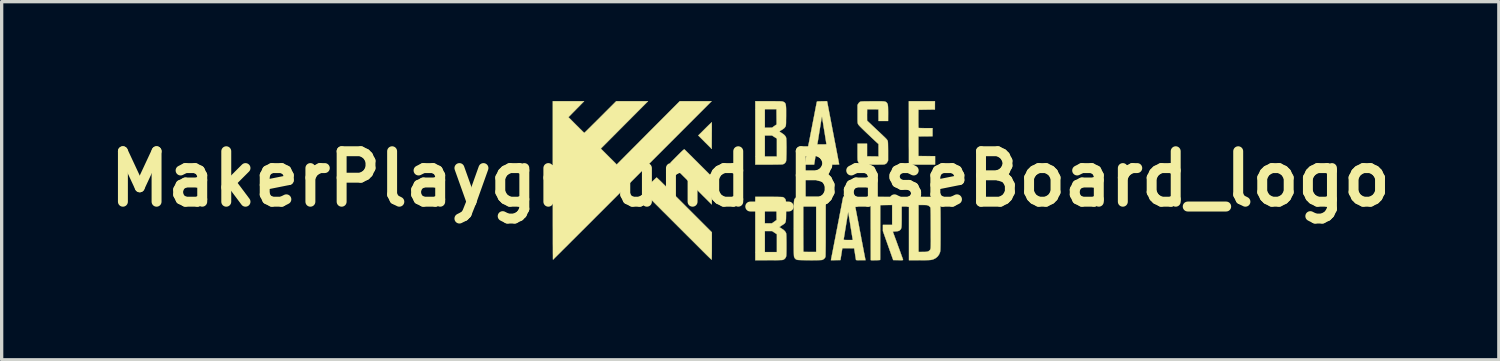
<source format=kicad_pcb>
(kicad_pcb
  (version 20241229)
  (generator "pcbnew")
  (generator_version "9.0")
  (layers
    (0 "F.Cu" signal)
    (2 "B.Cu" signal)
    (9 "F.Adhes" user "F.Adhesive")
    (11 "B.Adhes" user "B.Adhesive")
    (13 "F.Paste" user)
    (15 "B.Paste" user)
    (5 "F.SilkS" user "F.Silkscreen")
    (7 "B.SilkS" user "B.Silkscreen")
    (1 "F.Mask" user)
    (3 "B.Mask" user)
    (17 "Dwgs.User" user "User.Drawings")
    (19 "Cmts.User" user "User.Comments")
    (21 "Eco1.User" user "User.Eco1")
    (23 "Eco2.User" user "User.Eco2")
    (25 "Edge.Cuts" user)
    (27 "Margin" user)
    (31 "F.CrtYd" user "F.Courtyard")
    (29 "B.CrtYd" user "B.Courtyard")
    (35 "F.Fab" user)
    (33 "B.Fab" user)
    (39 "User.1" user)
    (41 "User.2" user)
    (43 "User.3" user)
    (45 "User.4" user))
  (footprint "MakerPlayground_BaseBoard_logo"
    (layer "F.Cu")
    (at 19.602 2.351)
    (property "Reference" "MakerPlayground_BaseBoard_logo" (at 0 0 0) (layer "F.SilkS") (effects (font (size 1.524 1.524) (thickness 0.3))))
    (attr through_hole)
    (fp_poly (pts (xy -1.163 -1.699) (xy -1.162 -1.675) (xy -1.162 -1.637) (xy -1.161 -1.587) (xy -1.161 -1.527) (xy -1.161 -1.459) (xy -1.162 -1.383) (xy -1.162 -1.305) (xy -1.164 -0.906) (xy -1.367 -1.108) (xy -1.569 -1.311) (xy -1.368 -1.511) (xy -1.32 -1.559) (xy -1.276 -1.602) (xy -1.237 -1.64) (xy -1.205 -1.67) (xy -1.181 -1.693) (xy -1.167 -1.706) (xy -1.163 -1.708) (xy -1.163 -1.699)) (stroke (width 0.01) (type solid)) (fill yes) (layer "F.SilkS"))
    (fp_poly (pts (xy 5.575 -2.22) (xy 5.575 -2.095) (xy 5.325 -2.091) (xy 5.076 -2.087) (xy 5.075 -1.82) (xy 5.075 -1.754) (xy 5.075 -1.694) (xy 5.076 -1.641) (xy 5.076 -1.597) (xy 5.077 -1.565) (xy 5.078 -1.546) (xy 5.078 -1.543) (xy 5.084 -1.54) (xy 5.098 -1.537) (xy 5.122 -1.535) (xy 5.158 -1.534) (xy 5.208 -1.533) (xy 5.273 -1.532) (xy 5.293 -1.532) (xy 5.503 -1.532) (xy 5.503 -1.287) (xy 5.076 -1.283) (xy 5.076 -0.69) (xy 5.328 -0.688) (xy 5.58 -0.686) (xy 5.58 -0.432) (xy 5.186 -0.432) (xy 5.106 -0.432) (xy 5.031 -0.432) (xy 4.964 -0.432) (xy 4.905 -0.432) (xy 4.857 -0.433) (xy 4.821 -0.433) (xy 4.798 -0.434) (xy 4.791 -0.434) (xy 4.791 -0.442) (xy 4.791 -0.467) (xy 4.791 -0.506) (xy 4.79 -0.559) (xy 4.79 -0.625) (xy 4.79 -0.702) (xy 4.79 -0.79) (xy 4.79 -0.887) (xy 4.789 -0.992) (xy 4.789 -1.105) (xy 4.789 -1.224) (xy 4.789 -1.348) (xy 4.789 -1.391) (xy 4.788 -2.345) (xy 5.576 -2.345) (xy 5.575 -2.22)) (stroke (width 0.01) (type solid)) (fill yes) (layer "F.SilkS"))
    (fp_poly (pts (xy -1.985 -0.889) (xy -1.985 -0.888) (xy -1.976 -0.88) (xy -1.957 -0.862) (xy -1.928 -0.833) (xy -1.89 -0.795) (xy -1.844 -0.749) (xy -1.791 -0.697) (xy -1.732 -0.638) (xy -1.669 -0.575) (xy -1.601 -0.508) (xy -1.565 -0.471) (xy -1.16 -0.067) (xy -1.16 0.352) (xy -1.16 0.434) (xy -1.16 0.511) (xy -1.161 0.581) (xy -1.161 0.643) (xy -1.161 0.694) (xy -1.162 0.733) (xy -1.163 0.759) (xy -1.163 0.77) (xy -1.163 0.77) (xy -1.17 0.765) (xy -1.187 0.748) (xy -1.215 0.72) (xy -1.253 0.683) (xy -1.299 0.637) (xy -1.353 0.583) (xy -1.415 0.522) (xy -1.483 0.454) (xy -1.556 0.381) (xy -1.635 0.302) (xy -1.717 0.22) (xy -1.79 0.147) (xy -1.875 0.062) (xy -1.957 -0.02) (xy -2.035 -0.098) (xy -2.107 -0.171) (xy -2.174 -0.238) (xy -2.234 -0.299) (xy -2.287 -0.352) (xy -2.332 -0.397) (xy -2.367 -0.434) (xy -2.393 -0.46) (xy -2.409 -0.476) (xy -2.413 -0.481) (xy -2.407 -0.488) (xy -2.391 -0.506) (xy -2.365 -0.533) (xy -2.332 -0.567) (xy -2.291 -0.608) (xy -2.246 -0.654) (xy -2.206 -0.694) (xy -2.151 -0.749) (xy -2.106 -0.794) (xy -2.07 -0.828) (xy -2.043 -0.854) (xy -2.022 -0.872) (xy -2.008 -0.883) (xy -1.997 -0.889) (xy -1.99 -0.891) (xy -1.985 -0.889)) (stroke (width 0.01) (type solid)) (fill yes) (layer "F.SilkS"))
    (fp_poly (pts (xy -2.819 -0.036) (xy -2.8 -0.019) (xy -2.771 0.009) (xy -2.732 0.046) (xy -2.684 0.093) (xy -2.628 0.149) (xy -2.563 0.212) (xy -2.492 0.283) (xy -2.414 0.36) (xy -2.33 0.443) (xy -2.242 0.532) (xy -2.149 0.624) (xy -2.052 0.721) (xy -1.988 0.785) (xy -1.16 1.613) (xy -1.16 2.026) (xy -1.16 2.107) (xy -1.16 2.184) (xy -1.161 2.253) (xy -1.162 2.314) (xy -1.163 2.364) (xy -1.164 2.403) (xy -1.165 2.428) (xy -1.166 2.438) (xy -1.166 2.438) (xy -1.175 2.432) (xy -1.192 2.417) (xy -1.215 2.396) (xy -1.223 2.388) (xy -1.245 2.367) (xy -1.277 2.336) (xy -1.319 2.295) (xy -1.369 2.245) (xy -1.427 2.188) (xy -1.492 2.123) (xy -1.563 2.052) (xy -1.64 1.975) (xy -1.722 1.893) (xy -1.808 1.807) (xy -1.898 1.718) (xy -1.99 1.626) (xy -2.084 1.532) (xy -2.179 1.437) (xy -2.275 1.341) (xy -2.37 1.246) (xy -2.464 1.152) (xy -2.556 1.06) (xy -2.646 0.971) (xy -2.732 0.884) (xy -2.814 0.802) (xy -2.891 0.725) (xy -2.963 0.653) (xy -3.028 0.588) (xy -3.086 0.53) (xy -3.136 0.479) (xy -3.177 0.438) (xy -3.209 0.405) (xy -3.231 0.383) (xy -3.242 0.372) (xy -3.243 0.37) (xy -3.237 0.362) (xy -3.221 0.344) (xy -3.195 0.318) (xy -3.163 0.285) (xy -3.126 0.247) (xy -3.084 0.205) (xy -3.041 0.162) (xy -2.998 0.12) (xy -2.956 0.078) (xy -2.917 0.041) (xy -2.882 0.008) (xy -2.855 -0.018) (xy -2.835 -0.035) (xy -2.826 -0.042) (xy -2.826 -0.042) (xy -2.819 -0.036)) (stroke (width 0.01) (type solid)) (fill yes) (layer "F.SilkS"))
    (fp_poly (pts (xy 0.552 0.542) (xy 0.644 0.542) (xy 0.728 0.543) (xy 0.802 0.543) (xy 0.866 0.545) (xy 0.917 0.546) (xy 0.955 0.548) (xy 0.978 0.549) (xy 0.983 0.55) (xy 1.009 0.562) (xy 1.034 0.581) (xy 1.036 0.583) (xy 1.048 0.597) (xy 1.058 0.611) (xy 1.066 0.628) (xy 1.072 0.65) (xy 1.076 0.677) (xy 1.079 0.713) (xy 1.081 0.758) (xy 1.082 0.814) (xy 1.082 0.884) (xy 1.082 0.969) (xy 1.082 0.982) (xy 1.081 1.066) (xy 1.08 1.136) (xy 1.079 1.192) (xy 1.076 1.237) (xy 1.072 1.272) (xy 1.065 1.3) (xy 1.055 1.322) (xy 1.042 1.34) (xy 1.025 1.356) (xy 1.003 1.371) (xy 0.977 1.389) (xy 0.96 1.399) (xy 0.929 1.42) (xy 0.903 1.438) (xy 0.886 1.45) (xy 0.881 1.455) (xy 0.888 1.462) (xy 0.906 1.474) (xy 0.932 1.491) (xy 0.945 1.499) (xy 1.001 1.537) (xy 1.044 1.577) (xy 1.072 1.617) (xy 1.082 1.639) (xy 1.084 1.657) (xy 1.087 1.689) (xy 1.089 1.733) (xy 1.09 1.787) (xy 1.091 1.848) (xy 1.092 1.915) (xy 1.092 1.984) (xy 1.092 2.053) (xy 1.092 2.12) (xy 1.091 2.183) (xy 1.09 2.239) (xy 1.088 2.285) (xy 1.086 2.32) (xy 1.083 2.341) (xy 1.083 2.342) (xy 1.064 2.384) (xy 1.033 2.419) (xy 0.993 2.442) (xy 0.986 2.445) (xy 0.972 2.447) (xy 0.945 2.45) (xy 0.906 2.451) (xy 0.853 2.453) (xy 0.787 2.454) (xy 0.705 2.455) (xy 0.608 2.455) (xy 0.553 2.455) (xy 0.152 2.456) (xy 0.152 1.575) (xy 0.44 1.575) (xy 0.44 2.21) (xy 0.804 2.21) (xy 0.804 1.67) (xy 0.732 1.623) (xy 0.661 1.575) (xy 0.44 1.575) (xy 0.152 1.575) (xy 0.152 1.342) (xy 0.44 1.342) (xy 0.548 1.342) (xy 0.656 1.341) (xy 0.726 1.291) (xy 0.796 1.241) (xy 0.792 0.783) (xy 0.616 0.783) (xy 0.44 0.783) (xy 0.44 1.342) (xy 0.152 1.342) (xy 0.152 0.542) (xy 0.552 0.542)) (stroke (width 0.01) (type solid)) (fill yes) (layer "F.SilkS"))
    (fp_poly (pts (xy 0.557 -2.345) (xy 0.651 -2.345) (xy 0.729 -2.345) (xy 0.794 -2.344) (xy 0.846 -2.344) (xy 0.887 -2.343) (xy 0.919 -2.342) (xy 0.944 -2.34) (xy 0.962 -2.338) (xy 0.976 -2.336) (xy 0.986 -2.333) (xy 0.995 -2.329) (xy 1.016 -2.319) (xy 1.034 -2.307) (xy 1.048 -2.294) (xy 1.059 -2.276) (xy 1.068 -2.253) (xy 1.074 -2.222) (xy 1.078 -2.182) (xy 1.081 -2.132) (xy 1.082 -2.07) (xy 1.082 -1.994) (xy 1.082 -1.905) (xy 1.081 -1.827) (xy 1.08 -1.764) (xy 1.08 -1.714) (xy 1.079 -1.675) (xy 1.077 -1.646) (xy 1.075 -1.625) (xy 1.073 -1.609) (xy 1.069 -1.597) (xy 1.065 -1.586) (xy 1.06 -1.577) (xy 1.041 -1.548) (xy 1.011 -1.52) (xy 0.97 -1.491) (xy 0.925 -1.464) (xy 0.902 -1.449) (xy 0.886 -1.438) (xy 0.881 -1.432) (xy 0.887 -1.426) (xy 0.906 -1.413) (xy 0.932 -1.395) (xy 0.949 -1.384) (xy 1.004 -1.347) (xy 1.044 -1.31) (xy 1.07 -1.273) (xy 1.083 -1.24) (xy 1.086 -1.219) (xy 1.088 -1.185) (xy 1.09 -1.139) (xy 1.091 -1.083) (xy 1.092 -1.02) (xy 1.093 -0.953) (xy 1.092 -0.883) (xy 1.092 -0.814) (xy 1.091 -0.747) (xy 1.089 -0.684) (xy 1.088 -0.629) (xy 1.085 -0.584) (xy 1.083 -0.55) (xy 1.08 -0.531) (xy 1.079 -0.529) (xy 1.057 -0.489) (xy 1.023 -0.458) (xy 0.985 -0.441) (xy 0.968 -0.439) (xy 0.934 -0.437) (xy 0.885 -0.435) (xy 0.821 -0.434) (xy 0.743 -0.433) (xy 0.652 -0.432) (xy 0.552 -0.432) (xy 0.152 -0.432) (xy 0.152 -1.312) (xy 0.44 -1.312) (xy 0.44 -0.677) (xy 0.804 -0.677) (xy 0.804 -1.217) (xy 0.729 -1.265) (xy 0.654 -1.312) (xy 0.44 -1.312) (xy 0.152 -1.312) (xy 0.152 -1.545) (xy 0.44 -1.545) (xy 0.548 -1.545) (xy 0.657 -1.546) (xy 0.726 -1.595) (xy 0.796 -1.644) (xy 0.794 -1.874) (xy 0.792 -2.104) (xy 0.616 -2.104) (xy 0.44 -2.104) (xy 0.44 -1.545) (xy 0.152 -1.545) (xy 0.152 -2.345) (xy 0.557 -2.345)) (stroke (width 0.01) (type solid)) (fill yes) (layer "F.SilkS"))
    (fp_poly (pts (xy -3.088 -2.345) (xy -3.8 -1.63) (xy -4.513 -0.914) (xy -4.388 -0.789) (xy -4.34 -0.741) (xy -4.286 -0.687) (xy -4.231 -0.632) (xy -4.179 -0.581) (xy -4.147 -0.549) (xy -4.032 -0.433) (xy -3.753 -0.714) (xy -3.708 -0.759) (xy -3.652 -0.815) (xy -3.587 -0.881) (xy -3.513 -0.955) (xy -3.433 -1.035) (xy -3.347 -1.122) (xy -3.256 -1.213) (xy -3.162 -1.308) (xy -3.066 -1.405) (xy -2.969 -1.502) (xy -2.872 -1.599) (xy -2.801 -1.67) (xy -2.129 -2.345) (xy -1.168 -2.345) (xy -3.559 0.047) (xy -3.728 0.215) (xy -3.894 0.381) (xy -4.056 0.543) (xy -4.214 0.701) (xy -4.368 0.855) (xy -4.517 1.004) (xy -4.662 1.148) (xy -4.8 1.287) (xy -4.933 1.42) (xy -5.06 1.546) (xy -5.18 1.666) (xy -5.293 1.779) (xy -5.399 1.884) (xy -5.496 1.982) (xy -5.586 2.071) (xy -5.667 2.151) (xy -5.738 2.223) (xy -5.801 2.285) (xy -5.853 2.337) (xy -5.895 2.378) (xy -5.926 2.41) (xy -5.947 2.43) (xy -5.956 2.438) (xy -5.956 2.438) (xy -5.956 2.43) (xy -5.957 2.405) (xy -5.957 2.365) (xy -5.957 2.31) (xy -5.958 2.241) (xy -5.958 2.158) (xy -5.958 2.062) (xy -5.959 1.954) (xy -5.959 1.835) (xy -5.959 1.704) (xy -5.959 1.564) (xy -5.96 1.413) (xy -5.96 1.254) (xy -5.96 1.087) (xy -5.96 0.913) (xy -5.96 0.731) (xy -5.96 0.544) (xy -5.96 0.351) (xy -5.961 0.153) (xy -5.961 0.047) (xy -5.961 -2.345) (xy -5.017 -2.345) (xy -5.127 -2.233) (xy -5.169 -2.189) (xy -5.22 -2.138) (xy -5.273 -2.084) (xy -5.325 -2.031) (xy -5.364 -1.992) (xy -5.49 -1.863) (xy -5.254 -1.626) (xy -5.201 -1.574) (xy -5.153 -1.525) (xy -5.109 -1.483) (xy -5.072 -1.446) (xy -5.043 -1.418) (xy -5.022 -1.398) (xy -5.011 -1.389) (xy -5.01 -1.389) (xy -5.004 -1.394) (xy -4.986 -1.411) (xy -4.958 -1.438) (xy -4.92 -1.475) (xy -4.875 -1.52) (xy -4.822 -1.572) (xy -4.763 -1.631) (xy -4.697 -1.696) (xy -4.628 -1.765) (xy -4.554 -1.838) (xy -4.526 -1.867) (xy -4.047 -2.345) (xy -3.568 -2.345) (xy -3.088 -2.345)) (stroke (width 0.01) (type solid)) (fill yes) (layer "F.SilkS"))
    (fp_poly (pts (xy 5.141 0.544) (xy 5.491 0.546) (xy 5.547 0.573) (xy 5.582 0.592) (xy 5.617 0.615) (xy 5.641 0.634) (xy 5.676 0.674) (xy 5.706 0.725) (xy 5.728 0.78) (xy 5.738 0.821) (xy 5.739 0.837) (xy 5.74 0.869) (xy 5.741 0.914) (xy 5.742 0.972) (xy 5.743 1.041) (xy 5.743 1.121) (xy 5.744 1.208) (xy 5.744 1.303) (xy 5.744 1.403) (xy 5.744 1.507) (xy 5.744 1.516) (xy 5.744 1.637) (xy 5.744 1.742) (xy 5.744 1.833) (xy 5.743 1.911) (xy 5.743 1.976) (xy 5.742 2.031) (xy 5.741 2.075) (xy 5.74 2.112) (xy 5.739 2.141) (xy 5.737 2.163) (xy 5.735 2.181) (xy 5.733 2.195) (xy 5.731 2.207) (xy 5.729 2.214) (xy 5.7 2.282) (xy 5.659 2.34) (xy 5.605 2.387) (xy 5.541 2.422) (xy 5.494 2.438) (xy 5.476 2.442) (xy 5.457 2.446) (xy 5.436 2.448) (xy 5.409 2.45) (xy 5.376 2.452) (xy 5.334 2.453) (xy 5.282 2.454) (xy 5.217 2.454) (xy 5.138 2.455) (xy 5.112 2.455) (xy 4.792 2.456) (xy 4.792 0.787) (xy 5.08 0.787) (xy 5.08 2.206) (xy 5.21 2.205) (xy 5.261 2.205) (xy 5.299 2.203) (xy 5.326 2.201) (xy 5.347 2.197) (xy 5.364 2.192) (xy 5.379 2.185) (xy 5.409 2.166) (xy 5.43 2.141) (xy 5.435 2.13) (xy 5.439 2.123) (xy 5.442 2.115) (xy 5.444 2.106) (xy 5.446 2.094) (xy 5.448 2.078) (xy 5.449 2.056) (xy 5.45 2.028) (xy 5.451 1.992) (xy 5.451 1.948) (xy 5.452 1.893) (xy 5.452 1.826) (xy 5.451 1.747) (xy 5.451 1.655) (xy 5.451 1.547) (xy 5.451 1.484) (xy 5.45 1.367) (xy 5.45 1.267) (xy 5.449 1.181) (xy 5.449 1.108) (xy 5.448 1.047) (xy 5.447 0.998) (xy 5.447 0.958) (xy 5.445 0.927) (xy 5.444 0.903) (xy 5.443 0.885) (xy 5.441 0.872) (xy 5.438 0.863) (xy 5.436 0.857) (xy 5.432 0.852) (xy 5.431 0.849) (xy 5.412 0.831) (xy 5.387 0.812) (xy 5.376 0.806) (xy 5.36 0.799) (xy 5.344 0.794) (xy 5.324 0.79) (xy 5.298 0.789) (xy 5.261 0.788) (xy 5.211 0.787) (xy 5.08 0.787) (xy 4.792 0.787) (xy 4.792 0.541) (xy 5.141 0.544)) (stroke (width 0.01) (type solid)) (fill yes) (layer "F.SilkS"))
    (fp_poly (pts (xy 4.057 0.544) (xy 4.477 0.546) (xy 4.51 0.572) (xy 4.523 0.583) (xy 4.535 0.595) (xy 4.544 0.607) (xy 4.552 0.623) (xy 4.558 0.643) (xy 4.562 0.668) (xy 4.566 0.702) (xy 4.568 0.744) (xy 4.57 0.797) (xy 4.571 0.861) (xy 4.571 0.939) (xy 4.571 1.032) (xy 4.571 1.067) (xy 4.571 1.163) (xy 4.571 1.244) (xy 4.57 1.312) (xy 4.569 1.366) (xy 4.567 1.411) (xy 4.565 1.445) (xy 4.561 1.472) (xy 4.556 1.493) (xy 4.55 1.509) (xy 4.542 1.522) (xy 4.532 1.533) (xy 4.521 1.544) (xy 4.518 1.547) (xy 4.502 1.56) (xy 4.484 1.569) (xy 4.46 1.576) (xy 4.427 1.581) (xy 4.383 1.585) (xy 4.356 1.587) (xy 4.33 1.589) (xy 4.312 1.591) (xy 4.307 1.591) (xy 4.305 1.598) (xy 4.308 1.607) (xy 4.312 1.617) (xy 4.322 1.641) (xy 4.335 1.678) (xy 4.353 1.725) (xy 4.373 1.781) (xy 4.396 1.843) (xy 4.421 1.91) (xy 4.446 1.98) (xy 4.472 2.052) (xy 4.498 2.122) (xy 4.523 2.19) (xy 4.546 2.254) (xy 4.566 2.311) (xy 4.584 2.36) (xy 4.598 2.399) (xy 4.608 2.426) (xy 4.612 2.44) (xy 4.612 2.441) (xy 4.613 2.446) (xy 4.609 2.45) (xy 4.6 2.452) (xy 4.581 2.454) (xy 4.552 2.454) (xy 4.511 2.454) (xy 4.466 2.453) (xy 4.316 2.451) (xy 4.16 2.012) (xy 4.005 1.574) (xy 4.005 1.389) (xy 4.284 1.389) (xy 4.284 0.787) (xy 4.104 0.789) (xy 3.924 0.792) (xy 3.923 1.615) (xy 3.923 1.732) (xy 3.923 1.844) (xy 3.923 1.95) (xy 3.923 2.049) (xy 3.922 2.139) (xy 3.922 2.221) (xy 3.922 2.291) (xy 3.922 2.35) (xy 3.922 2.396) (xy 3.921 2.428) (xy 3.921 2.445) (xy 3.921 2.447) (xy 3.913 2.449) (xy 3.891 2.451) (xy 3.859 2.453) (xy 3.821 2.454) (xy 3.779 2.455) (xy 3.737 2.456) (xy 3.699 2.456) (xy 3.668 2.456) (xy 3.647 2.455) (xy 3.64 2.453) (xy 3.639 2.445) (xy 3.639 2.42) (xy 3.639 2.381) (xy 3.639 2.328) (xy 3.639 2.262) (xy 3.639 2.185) (xy 3.638 2.098) (xy 3.638 2) (xy 3.638 1.895) (xy 3.638 1.782) (xy 3.638 1.663) (xy 3.638 1.539) (xy 3.637 1.496) (xy 3.636 0.541) (xy 4.057 0.544)) (stroke (width 0.01) (type solid)) (fill yes) (layer "F.SilkS"))
    (fp_poly (pts (xy 1.885 0.542) (xy 1.959 0.542) (xy 2.018 0.542) (xy 2.065 0.543) (xy 2.102 0.544) (xy 2.131 0.545) (xy 2.152 0.546) (xy 2.168 0.549) (xy 2.18 0.552) (xy 2.189 0.555) (xy 2.198 0.559) (xy 2.201 0.561) (xy 2.235 0.585) (xy 2.258 0.617) (xy 2.278 0.655) (xy 2.277 1.489) (xy 2.277 1.644) (xy 2.277 1.784) (xy 2.277 1.909) (xy 2.276 2.02) (xy 2.275 2.115) (xy 2.274 2.195) (xy 2.273 2.26) (xy 2.272 2.308) (xy 2.27 2.34) (xy 2.269 2.355) (xy 2.269 2.355) (xy 2.252 2.388) (xy 2.223 2.417) (xy 2.188 2.44) (xy 2.168 2.447) (xy 2.15 2.449) (xy 2.117 2.451) (xy 2.072 2.453) (xy 2.017 2.454) (xy 1.954 2.455) (xy 1.887 2.456) (xy 1.816 2.456) (xy 1.744 2.455) (xy 1.674 2.454) (xy 1.607 2.453) (xy 1.547 2.452) (xy 1.495 2.45) (xy 1.453 2.448) (xy 1.424 2.445) (xy 1.411 2.443) (xy 1.37 2.422) (xy 1.341 2.39) (xy 1.326 2.356) (xy 1.323 2.348) (xy 1.321 2.337) (xy 1.32 2.321) (xy 1.318 2.301) (xy 1.317 2.275) (xy 1.316 2.241) (xy 1.315 2.199) (xy 1.314 2.149) (xy 1.314 2.088) (xy 1.313 2.015) (xy 1.313 1.931) (xy 1.313 1.834) (xy 1.313 1.722) (xy 1.313 1.595) (xy 1.313 1.495) (xy 1.313 1.356) (xy 1.313 1.232) (xy 1.313 1.123) (xy 1.313 1.028) (xy 1.314 0.946) (xy 1.314 0.876) (xy 1.315 0.816) (xy 1.316 0.787) (xy 1.6 0.787) (xy 1.6 1.493) (xy 1.6 1.601) (xy 1.6 1.704) (xy 1.601 1.8) (xy 1.601 1.889) (xy 1.601 1.97) (xy 1.602 2.041) (xy 1.602 2.1) (xy 1.602 2.147) (xy 1.603 2.18) (xy 1.603 2.199) (xy 1.604 2.202) (xy 1.613 2.203) (xy 1.637 2.204) (xy 1.672 2.205) (xy 1.717 2.205) (xy 1.77 2.206) (xy 1.799 2.206) (xy 1.99 2.206) (xy 1.99 0.787) (xy 1.6 0.787) (xy 1.316 0.787) (xy 1.317 0.767) (xy 1.318 0.726) (xy 1.32 0.693) (xy 1.323 0.667) (xy 1.326 0.646) (xy 1.329 0.63) (xy 1.333 0.618) (xy 1.338 0.608) (xy 1.344 0.601) (xy 1.35 0.593) (xy 1.356 0.587) (xy 1.366 0.576) (xy 1.376 0.568) (xy 1.387 0.561) (xy 1.402 0.555) (xy 1.422 0.551) (xy 1.447 0.547) (xy 1.481 0.545) (xy 1.524 0.543) (xy 1.579 0.543) (xy 1.646 0.542) (xy 1.727 0.542) (xy 1.797 0.542) (xy 1.885 0.542)) (stroke (width 0.01) (type solid)) (fill yes) (layer "F.SilkS"))
    (fp_poly (pts (xy 3.92 -2.344) (xy 3.972 -2.343) (xy 4.012 -2.341) (xy 4.044 -2.338) (xy 4.068 -2.333) (xy 4.086 -2.327) (xy 4.1 -2.319) (xy 4.112 -2.31) (xy 4.122 -2.298) (xy 4.127 -2.291) (xy 4.137 -2.277) (xy 4.145 -2.261) (xy 4.151 -2.242) (xy 4.155 -2.217) (xy 4.158 -2.184) (xy 4.16 -2.142) (xy 4.161 -2.088) (xy 4.162 -2.02) (xy 4.162 -1.973) (xy 4.161 -1.748) (xy 3.873 -1.748) (xy 3.872 -1.92) (xy 3.872 -1.972) (xy 3.872 -2.019) (xy 3.871 -2.057) (xy 3.871 -2.084) (xy 3.87 -2.097) (xy 3.87 -2.098) (xy 3.862 -2.099) (xy 3.84 -2.1) (xy 3.807 -2.101) (xy 3.767 -2.102) (xy 3.722 -2.103) (xy 3.675 -2.103) (xy 3.631 -2.103) (xy 3.591 -2.103) (xy 3.558 -2.102) (xy 3.537 -2.102) (xy 3.53 -2.101) (xy 3.529 -2.092) (xy 3.528 -2.07) (xy 3.527 -2.035) (xy 3.527 -1.991) (xy 3.526 -1.941) (xy 3.526 -1.93) (xy 3.527 -1.759) (xy 3.586 -1.703) (xy 3.611 -1.68) (xy 3.645 -1.648) (xy 3.685 -1.609) (xy 3.729 -1.568) (xy 3.773 -1.526) (xy 3.78 -1.52) (xy 3.848 -1.456) (xy 3.904 -1.404) (xy 3.95 -1.36) (xy 3.988 -1.325) (xy 4.017 -1.296) (xy 4.041 -1.274) (xy 4.059 -1.256) (xy 4.074 -1.242) (xy 4.085 -1.23) (xy 4.095 -1.22) (xy 4.104 -1.211) (xy 4.126 -1.186) (xy 4.143 -1.159) (xy 4.15 -1.144) (xy 4.153 -1.128) (xy 4.156 -1.099) (xy 4.158 -1.058) (xy 4.159 -1.003) (xy 4.16 -0.933) (xy 4.161 -0.847) (xy 4.161 -0.834) (xy 4.161 -0.555) (xy 4.14 -0.513) (xy 4.12 -0.48) (xy 4.094 -0.458) (xy 4.082 -0.451) (xy 4.073 -0.447) (xy 4.063 -0.443) (xy 4.052 -0.44) (xy 4.037 -0.437) (xy 4.017 -0.435) (xy 3.991 -0.434) (xy 3.956 -0.433) (xy 3.91 -0.433) (xy 3.853 -0.432) (xy 3.782 -0.432) (xy 3.7 -0.432) (xy 3.614 -0.432) (xy 3.544 -0.432) (xy 3.487 -0.433) (xy 3.443 -0.433) (xy 3.408 -0.434) (xy 3.382 -0.435) (xy 3.362 -0.437) (xy 3.347 -0.44) (xy 3.336 -0.443) (xy 3.327 -0.447) (xy 3.318 -0.451) (xy 3.289 -0.471) (xy 3.267 -0.499) (xy 3.26 -0.512) (xy 3.254 -0.524) (xy 3.249 -0.536) (xy 3.246 -0.549) (xy 3.243 -0.566) (xy 3.241 -0.588) (xy 3.24 -0.618) (xy 3.239 -0.658) (xy 3.239 -0.709) (xy 3.239 -0.775) (xy 3.239 -0.808) (xy 3.239 -1.063) (xy 3.526 -1.063) (xy 3.526 -0.682) (xy 3.7 -0.679) (xy 3.874 -0.677) (xy 3.873 -0.864) (xy 3.873 -1.052) (xy 3.834 -1.087) (xy 3.819 -1.1) (xy 3.794 -1.124) (xy 3.759 -1.156) (xy 3.717 -1.196) (xy 3.668 -1.241) (xy 3.615 -1.292) (xy 3.559 -1.345) (xy 3.535 -1.367) (xy 3.465 -1.434) (xy 3.406 -1.491) (xy 3.359 -1.537) (xy 3.321 -1.575) (xy 3.293 -1.605) (xy 3.273 -1.628) (xy 3.261 -1.645) (xy 3.258 -1.651) (xy 3.252 -1.662) (xy 3.248 -1.674) (xy 3.245 -1.687) (xy 3.243 -1.705) (xy 3.241 -1.729) (xy 3.24 -1.761) (xy 3.239 -1.803) (xy 3.239 -1.857) (xy 3.239 -1.926) (xy 3.239 -1.96) (xy 3.239 -2.231) (xy 3.26 -2.269) (xy 3.279 -2.295) (xy 3.301 -2.317) (xy 3.31 -2.324) (xy 3.318 -2.328) (xy 3.327 -2.332) (xy 3.339 -2.334) (xy 3.355 -2.337) (xy 3.377 -2.338) (xy 3.407 -2.34) (xy 3.446 -2.341) (xy 3.496 -2.342) (xy 3.558 -2.342) (xy 3.635 -2.343) (xy 3.687 -2.344) (xy 3.78 -2.344) (xy 3.857 -2.344) (xy 3.92 -2.344)) (stroke (width 0.01) (type solid)) (fill yes) (layer "F.SilkS"))
    (fp_poly (pts (xy 3.227 1.139) (xy 3.246 1.238) (xy 3.265 1.333) (xy 3.282 1.422) (xy 3.297 1.504) (xy 3.311 1.578) (xy 3.324 1.642) (xy 3.334 1.694) (xy 3.341 1.734) (xy 3.346 1.76) (xy 3.348 1.77) (xy 3.352 1.797) (xy 3.357 1.82) (xy 3.357 1.82) (xy 3.363 1.851) (xy 3.37 1.888) (xy 3.378 1.926) (xy 3.384 1.959) (xy 3.389 1.983) (xy 3.39 1.99) (xy 3.393 2.005) (xy 3.398 2.035) (xy 3.406 2.074) (xy 3.415 2.122) (xy 3.425 2.174) (xy 3.435 2.228) (xy 3.446 2.282) (xy 3.455 2.331) (xy 3.464 2.375) (xy 3.47 2.409) (xy 3.475 2.43) (xy 3.476 2.436) (xy 3.48 2.455) (xy 3.336 2.455) (xy 3.28 2.455) (xy 3.24 2.454) (xy 3.213 2.452) (xy 3.197 2.449) (xy 3.191 2.445) (xy 3.191 2.445) (xy 3.191 2.439) (xy 3.19 2.431) (xy 3.188 2.418) (xy 3.184 2.397) (xy 3.179 2.364) (xy 3.175 2.339) (xy 3.169 2.304) (xy 3.164 2.269) (xy 3.161 2.25) (xy 3.157 2.222) (xy 3.151 2.187) (xy 3.146 2.155) (xy 3.136 2.095) (xy 2.957 2.093) (xy 2.897 2.093) (xy 2.852 2.092) (xy 2.82 2.093) (xy 2.799 2.094) (xy 2.786 2.096) (xy 2.779 2.099) (xy 2.777 2.104) (xy 2.776 2.106) (xy 2.774 2.127) (xy 2.773 2.138) (xy 2.767 2.169) (xy 2.761 2.208) (xy 2.754 2.248) (xy 2.749 2.282) (xy 2.748 2.29) (xy 2.744 2.316) (xy 2.738 2.351) (xy 2.732 2.387) (xy 2.732 2.388) (xy 2.722 2.451) (xy 2.579 2.453) (xy 2.436 2.456) (xy 2.441 2.428) (xy 2.446 2.399) (xy 2.451 2.375) (xy 2.464 2.309) (xy 2.478 2.237) (xy 2.493 2.161) (xy 2.508 2.083) (xy 2.523 2.005) (xy 2.538 1.928) (xy 2.552 1.854) (xy 2.556 1.835) (xy 2.819 1.835) (xy 2.824 1.839) (xy 2.838 1.842) (xy 2.863 1.844) (xy 2.901 1.845) (xy 2.955 1.846) (xy 2.958 1.846) (xy 3.096 1.846) (xy 3.081 1.758) (xy 3.072 1.703) (xy 3.065 1.661) (xy 3.06 1.628) (xy 3.055 1.598) (xy 3.052 1.577) (xy 3.048 1.55) (xy 3.042 1.516) (xy 3.039 1.499) (xy 3.032 1.457) (xy 3.027 1.427) (xy 3.024 1.406) (xy 3.021 1.389) (xy 3.019 1.372) (xy 3.018 1.367) (xy 3.015 1.347) (xy 3.01 1.314) (xy 3.003 1.272) (xy 2.995 1.226) (xy 2.987 1.178) (xy 2.98 1.134) (xy 2.974 1.098) (xy 2.969 1.072) (xy 2.968 1.067) (xy 2.965 1.042) (xy 2.964 1.021) (xy 2.962 1.005) (xy 2.959 1.001) (xy 2.959 1.001) (xy 2.956 1.011) (xy 2.95 1.034) (xy 2.944 1.068) (xy 2.937 1.109) (xy 2.929 1.155) (xy 2.925 1.181) (xy 2.921 1.209) (xy 2.917 1.233) (xy 2.917 1.236) (xy 2.911 1.269) (xy 2.904 1.311) (xy 2.896 1.359) (xy 2.888 1.411) (xy 2.88 1.462) (xy 2.872 1.509) (xy 2.865 1.549) (xy 2.86 1.58) (xy 2.858 1.596) (xy 2.855 1.617) (xy 2.852 1.636) (xy 2.848 1.658) (xy 2.843 1.687) (xy 2.836 1.727) (xy 2.833 1.748) (xy 2.827 1.783) (xy 2.822 1.812) (xy 2.82 1.831) (xy 2.819 1.835) (xy 2.556 1.835) (xy 2.566 1.786) (xy 2.578 1.724) (xy 2.588 1.671) (xy 2.596 1.629) (xy 2.602 1.6) (xy 2.605 1.585) (xy 2.605 1.583) (xy 2.608 1.568) (xy 2.613 1.54) (xy 2.621 1.501) (xy 2.63 1.455) (xy 2.639 1.41) (xy 2.648 1.36) (xy 2.657 1.314) (xy 2.665 1.276) (xy 2.67 1.249) (xy 2.672 1.236) (xy 2.675 1.223) (xy 2.68 1.196) (xy 2.688 1.156) (xy 2.697 1.104) (xy 2.709 1.044) (xy 2.722 0.977) (xy 2.736 0.904) (xy 2.742 0.876) (xy 2.807 0.538) (xy 3.111 0.538) (xy 3.227 1.139)) (stroke (width 0.01) (type solid)) (fill yes) (layer "F.SilkS"))
    (fp_poly (pts (xy 2.323 -2.322) (xy 2.326 -2.31) (xy 2.331 -2.283) (xy 2.338 -2.244) (xy 2.348 -2.194) (xy 2.359 -2.135) (xy 2.372 -2.069) (xy 2.385 -1.999) (xy 2.399 -1.926) (xy 2.413 -1.853) (xy 2.427 -1.781) (xy 2.44 -1.712) (xy 2.452 -1.648) (xy 2.463 -1.592) (xy 2.472 -1.545) (xy 2.479 -1.51) (xy 2.483 -1.487) (xy 2.484 -1.482) (xy 2.487 -1.465) (xy 2.493 -1.436) (xy 2.5 -1.399) (xy 2.505 -1.372) (xy 2.513 -1.332) (xy 2.52 -1.296) (xy 2.525 -1.269) (xy 2.527 -1.257) (xy 2.532 -1.231) (xy 2.536 -1.211) (xy 2.548 -1.146) (xy 2.558 -1.097) (xy 2.565 -1.062) (xy 2.569 -1.042) (xy 2.569 -1.041) (xy 2.571 -1.028) (xy 2.576 -1.001) (xy 2.584 -0.961) (xy 2.594 -0.91) (xy 2.605 -0.851) (xy 2.618 -0.786) (xy 2.628 -0.731) (xy 2.641 -0.664) (xy 2.653 -0.601) (xy 2.664 -0.546) (xy 2.672 -0.5) (xy 2.679 -0.466) (xy 2.683 -0.444) (xy 2.684 -0.437) (xy 2.676 -0.435) (xy 2.654 -0.434) (xy 2.62 -0.433) (xy 2.578 -0.432) (xy 2.541 -0.432) (xy 2.398 -0.432) (xy 2.393 -0.472) (xy 2.386 -0.523) (xy 2.379 -0.564) (xy 2.372 -0.606) (xy 2.37 -0.618) (xy 2.364 -0.654) (xy 2.359 -0.691) (xy 2.357 -0.706) (xy 2.352 -0.735) (xy 2.348 -0.762) (xy 2.346 -0.769) (xy 2.34 -0.792) (xy 2.167 -0.794) (xy 2.115 -0.794) (xy 2.068 -0.794) (xy 2.03 -0.793) (xy 2.003 -0.792) (xy 1.99 -0.79) (xy 1.989 -0.79) (xy 1.984 -0.778) (xy 1.979 -0.756) (xy 1.978 -0.745) (xy 1.974 -0.715) (xy 1.969 -0.687) (xy 1.968 -0.682) (xy 1.964 -0.655) (xy 1.961 -0.635) (xy 1.958 -0.618) (xy 1.954 -0.589) (xy 1.948 -0.552) (xy 1.943 -0.523) (xy 1.928 -0.432) (xy 1.641 -0.432) (xy 1.645 -0.451) (xy 1.648 -0.464) (xy 1.654 -0.491) (xy 1.661 -0.531) (xy 1.671 -0.58) (xy 1.682 -0.637) (xy 1.694 -0.699) (xy 1.698 -0.715) (xy 1.712 -0.788) (xy 1.726 -0.863) (xy 1.741 -0.939) (xy 1.754 -1.009) (xy 1.761 -1.041) (xy 2.022 -1.041) (xy 2.163 -1.041) (xy 2.215 -1.042) (xy 2.252 -1.042) (xy 2.277 -1.043) (xy 2.292 -1.045) (xy 2.299 -1.049) (xy 2.3 -1.053) (xy 2.3 -1.056) (xy 2.296 -1.074) (xy 2.292 -1.099) (xy 2.29 -1.109) (xy 2.286 -1.136) (xy 2.281 -1.172) (xy 2.274 -1.211) (xy 2.273 -1.219) (xy 2.267 -1.257) (xy 2.261 -1.293) (xy 2.257 -1.321) (xy 2.256 -1.325) (xy 2.253 -1.345) (xy 2.248 -1.379) (xy 2.241 -1.42) (xy 2.233 -1.467) (xy 2.23 -1.486) (xy 2.222 -1.532) (xy 2.215 -1.574) (xy 2.21 -1.608) (xy 2.206 -1.631) (xy 2.205 -1.636) (xy 2.201 -1.664) (xy 2.198 -1.683) (xy 2.194 -1.71) (xy 2.188 -1.743) (xy 2.182 -1.779) (xy 2.177 -1.811) (xy 2.173 -1.835) (xy 2.172 -1.843) (xy 2.169 -1.863) (xy 2.168 -1.87) (xy 2.167 -1.88) (xy 2.164 -1.876) (xy 2.159 -1.859) (xy 2.152 -1.826) (xy 2.144 -1.778) (xy 2.139 -1.748) (xy 2.131 -1.701) (xy 2.124 -1.657) (xy 2.118 -1.62) (xy 2.114 -1.594) (xy 2.113 -1.587) (xy 2.108 -1.56) (xy 2.105 -1.535) (xy 2.104 -1.532) (xy 2.096 -1.483) (xy 2.087 -1.431) (xy 2.079 -1.381) (xy 2.072 -1.336) (xy 2.066 -1.3) (xy 2.062 -1.277) (xy 2.062 -1.274) (xy 2.057 -1.245) (xy 2.053 -1.218) (xy 2.053 -1.215) (xy 2.044 -1.161) (xy 2.037 -1.121) (xy 2.032 -1.092) (xy 2.028 -1.072) (xy 2.027 -1.065) (xy 2.022 -1.041) (xy 1.761 -1.041) (xy 1.766 -1.071) (xy 1.775 -1.113) (xy 1.785 -1.163) (xy 1.794 -1.209) (xy 1.801 -1.247) (xy 1.806 -1.274) (xy 1.809 -1.287) (xy 1.811 -1.299) (xy 1.816 -1.327) (xy 1.824 -1.367) (xy 1.834 -1.419) (xy 1.846 -1.481) (xy 1.86 -1.55) (xy 1.874 -1.626) (xy 1.889 -1.702) (xy 1.905 -1.782) (xy 1.919 -1.857) (xy 1.933 -1.926) (xy 1.945 -1.988) (xy 1.954 -2.039) (xy 1.962 -2.079) (xy 1.967 -2.105) (xy 1.969 -2.117) (xy 1.973 -2.134) (xy 1.978 -2.163) (xy 1.985 -2.199) (xy 1.991 -2.227) (xy 1.998 -2.265) (xy 2.005 -2.297) (xy 2.009 -2.32) (xy 2.011 -2.328) (xy 2.014 -2.333) (xy 2.023 -2.336) (xy 2.04 -2.339) (xy 2.067 -2.341) (xy 2.108 -2.342) (xy 2.162 -2.343) (xy 2.165 -2.343) (xy 2.318 -2.346) (xy 2.323 -2.322)) (stroke (width 0.01) (type solid)) (fill yes) (layer "F.SilkS")))
  (gr_rect
    (start -3 -3)
    (end 42.203 7.812)
    (stroke (width 0.1) (type default))
    (fill no)
    (layer "Edge.Cuts")))
</source>
